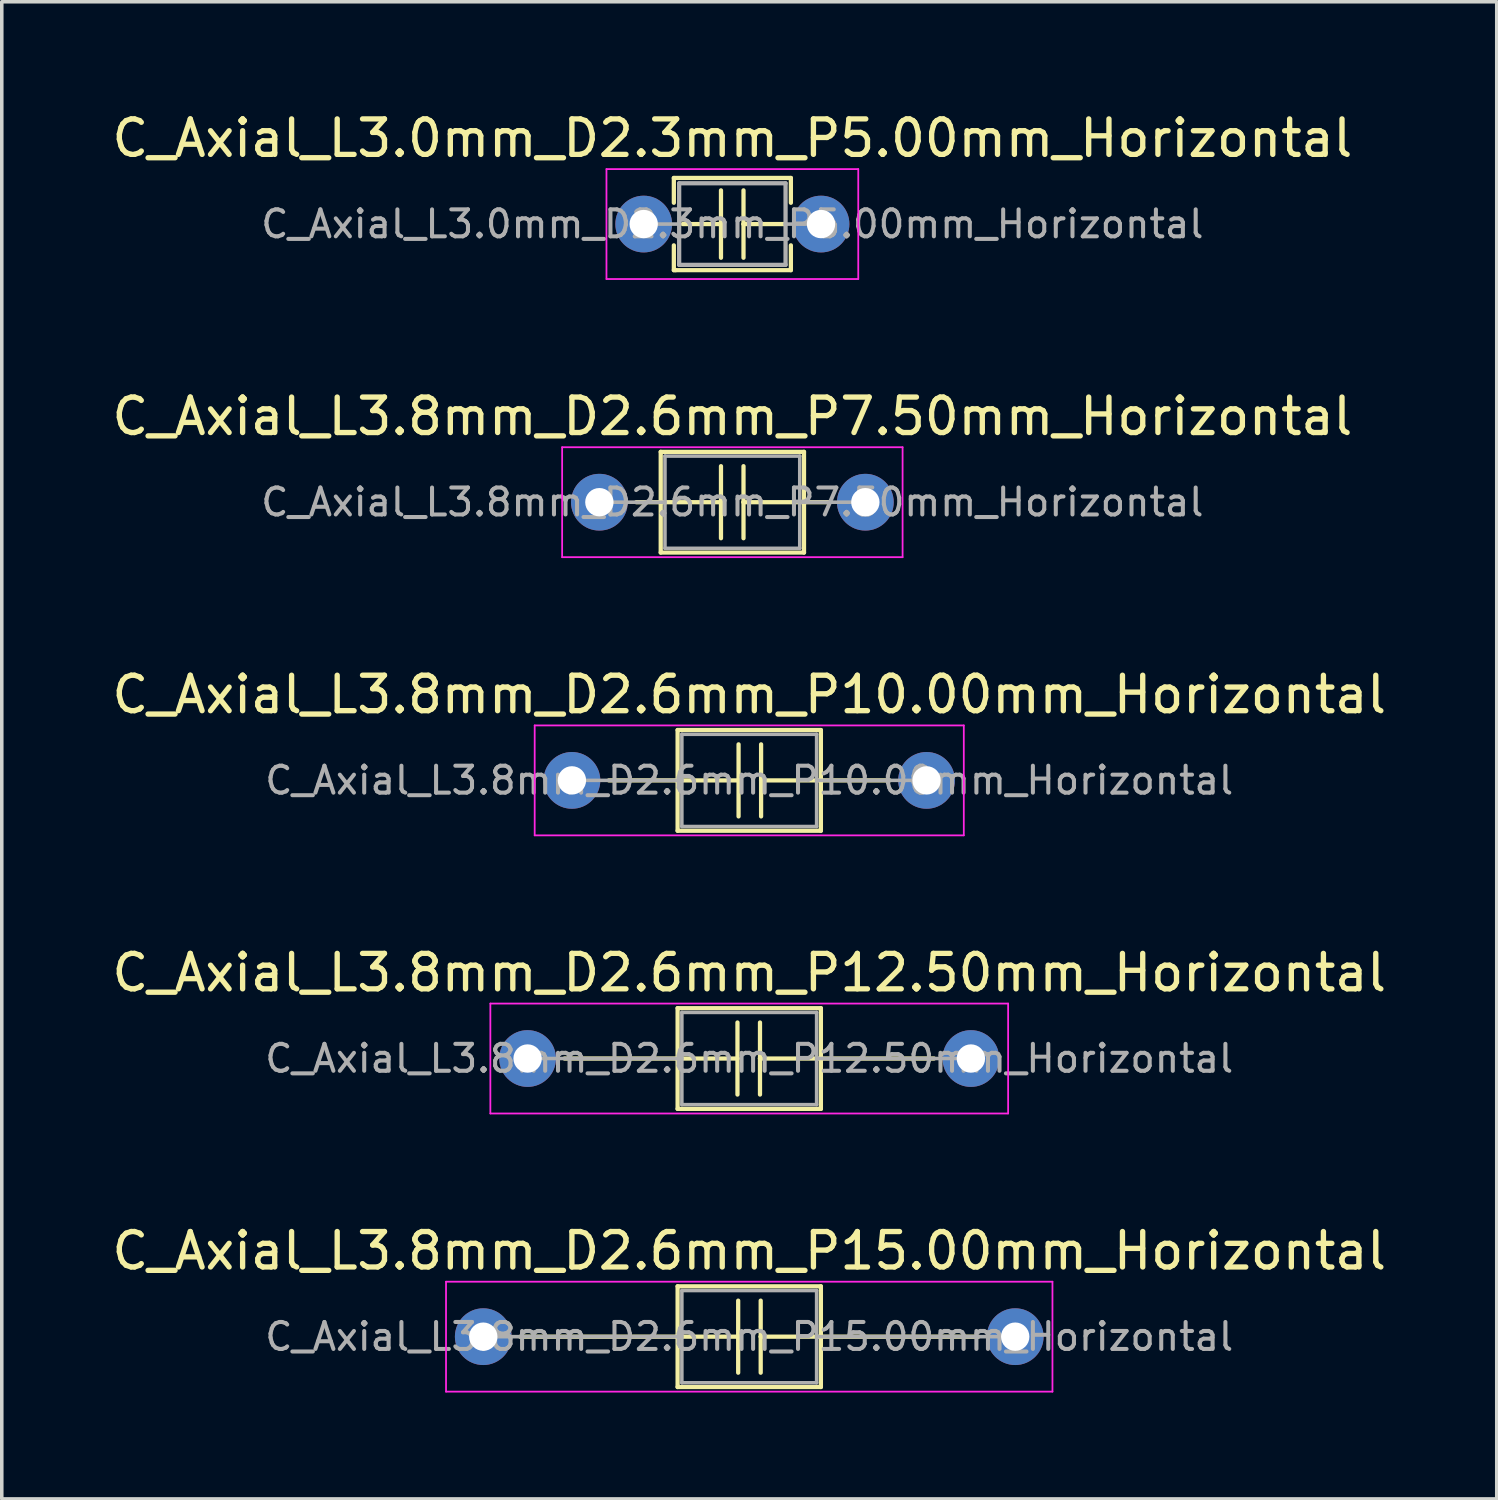
<source format=kicad_pcb>
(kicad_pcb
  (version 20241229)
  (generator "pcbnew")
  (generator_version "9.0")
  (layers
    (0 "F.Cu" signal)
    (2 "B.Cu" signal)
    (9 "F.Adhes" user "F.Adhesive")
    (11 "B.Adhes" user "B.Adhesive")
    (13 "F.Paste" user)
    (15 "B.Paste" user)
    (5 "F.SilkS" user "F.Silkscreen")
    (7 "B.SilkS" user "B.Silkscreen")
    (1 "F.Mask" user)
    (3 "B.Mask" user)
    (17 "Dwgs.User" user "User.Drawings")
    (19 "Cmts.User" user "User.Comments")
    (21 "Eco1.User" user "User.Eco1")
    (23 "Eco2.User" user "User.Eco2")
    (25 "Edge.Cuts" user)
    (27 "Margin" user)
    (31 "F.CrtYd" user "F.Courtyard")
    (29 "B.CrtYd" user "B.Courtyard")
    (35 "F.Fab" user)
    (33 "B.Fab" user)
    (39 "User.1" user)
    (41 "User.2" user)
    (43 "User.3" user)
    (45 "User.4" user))
  (footprint "C_Axial_L3.0mm_D2.3mm_P5.00mm_Horizontal"
    (layer "F.Cu")
    (at 15.101 3.268)
    (property "Reference" "C_Axial_L3.0mm_D2.3mm_P5.00mm_Horizontal" (at 2.5 -2.42 0) (layer "F.SilkS") (effects (font (size 1 1) (thickness 0.15))))
    (attr through_hole)
    (fp_line (start 0.85 -1.3) (end 4.15 -1.3) (stroke (width 0.12) (type solid)) (layer "F.SilkS"))
    (fp_line (start 0.85 -0.6) (end 0.85 -1.3) (stroke (width 0.12) (type solid)) (layer "F.SilkS"))
    (fp_line (start 0.85 1.3) (end 0.85 0.6) (stroke (width 0.12) (type solid)) (layer "F.SilkS"))
    (fp_line (start 0.9 1.3) (end 0.85 1.3) (stroke (width 0.12) (type solid)) (layer "F.SilkS"))
    (fp_line (start 1.1 0) (end 2.179 0) (stroke (width 0.12) (type solid)) (layer "F.SilkS"))
    (fp_line (start 2.179 0) (end 2.179 -0.95) (stroke (width 0.12) (type solid)) (layer "F.SilkS"))
    (fp_line (start 2.179 0) (end 2.179 0.95) (stroke (width 0.12) (type solid)) (layer "F.SilkS"))
    (fp_line (start 2.814 0) (end 2.814 -0.95) (stroke (width 0.12) (type solid)) (layer "F.SilkS"))
    (fp_line (start 2.814 0) (end 2.814 0.95) (stroke (width 0.12) (type solid)) (layer "F.SilkS"))
    (fp_line (start 3.95 0) (end 2.814 0) (stroke (width 0.12) (type solid)) (layer "F.SilkS"))
    (fp_line (start 4.15 -1.3) (end 4.15 -0.6) (stroke (width 0.12) (type solid)) (layer "F.SilkS"))
    (fp_line (start 4.15 0.6) (end 4.15 1.3) (stroke (width 0.12) (type solid)) (layer "F.SilkS"))
    (fp_line (start 4.15 1.3) (end 0.9 1.3) (stroke (width 0.12) (type solid)) (layer "F.SilkS"))
    (fp_line (start -1.05 -1.55) (end -1.05 1.55) (stroke (width 0.05) (type solid)) (layer "F.CrtYd"))
    (fp_line (start -1.05 1.55) (end 6.05 1.55) (stroke (width 0.05) (type solid)) (layer "F.CrtYd"))
    (fp_line (start 6.05 -1.55) (end -1.05 -1.55) (stroke (width 0.05) (type solid)) (layer "F.CrtYd"))
    (fp_line (start 6.05 1.55) (end 6.05 -1.55) (stroke (width 0.05) (type solid)) (layer "F.CrtYd"))
    (fp_line (start 0.05 0) (end 1 0) (stroke (width 0.1) (type solid)) (layer "F.Fab"))
    (fp_line (start 1 -1.15) (end 4 -1.15) (stroke (width 0.12) (type solid)) (layer "F.Fab"))
    (fp_line (start 1 0) (end 1 -1.15) (stroke (width 0.12) (type solid)) (layer "F.Fab"))
    (fp_line (start 1 1.15) (end 1 0) (stroke (width 0.12) (type solid)) (layer "F.Fab"))
    (fp_line (start 4 -1.15) (end 4 0) (stroke (width 0.12) (type solid)) (layer "F.Fab"))
    (fp_line (start 4 0) (end 4 1.15) (stroke (width 0.12) (type solid)) (layer "F.Fab"))
    (fp_line (start 4 1.15) (end 1 1.15) (stroke (width 0.12) (type solid)) (layer "F.Fab"))
    (fp_line (start 5 0) (end 4 0) (stroke (width 0.1) (type solid)) (layer "F.Fab"))
    (fp_text user "${REFERENCE}" (at 2.5 0 0) (layer "F.Fab") (effects (font (size 0.76 0.76) (thickness 0.114))))
    (pad "1" thru_hole circle (at 0 0) (size 1.6 1.6) (drill 0.8) (layers "*.Cu" "*.Mask"))
    (pad "2" thru_hole oval (at 5 0) (size 1.6 1.6) (drill 0.8) (layers "*.Cu" "*.Mask")))
  (footprint "C_Axial_L3.8mm_D2.6mm_P15.00mm_Horizontal"
    (layer "F.Cu")
    (at 10.577 34.641)
    (property "Reference" "C_Axial_L3.8mm_D2.6mm_P15.00mm_Horizontal" (at 7.5 -2.42 0) (layer "F.SilkS") (effects (font (size 1 1) (thickness 0.15))))
    (attr through_hole)
    (fp_line (start 1.04 0) (end 5.48 0) (stroke (width 0.12) (type solid)) (layer "F.SilkS"))
    (fp_line (start 5.461 0) (end 7.188 0) (stroke (width 0.12) (type solid)) (layer "F.SilkS"))
    (fp_line (start 5.48 -1.42) (end 5.48 1.42) (stroke (width 0.12) (type solid)) (layer "F.SilkS"))
    (fp_line (start 5.48 1.42) (end 9.52 1.42) (stroke (width 0.12) (type solid)) (layer "F.SilkS"))
    (fp_line (start 7.188 0) (end 7.188 -1.016) (stroke (width 0.12) (type solid)) (layer "F.SilkS"))
    (fp_line (start 7.188 0) (end 7.188 1.016) (stroke (width 0.12) (type solid)) (layer "F.SilkS"))
    (fp_line (start 7.823 0) (end 7.823 -1.016) (stroke (width 0.12) (type solid)) (layer "F.SilkS"))
    (fp_line (start 7.823 0) (end 7.823 1.016) (stroke (width 0.12) (type solid)) (layer "F.SilkS"))
    (fp_line (start 9.52 -1.42) (end 5.48 -1.42) (stroke (width 0.12) (type solid)) (layer "F.SilkS"))
    (fp_line (start 9.52 1.42) (end 9.52 -1.42) (stroke (width 0.12) (type solid)) (layer "F.SilkS"))
    (fp_line (start 9.525 0) (end 7.823 0) (stroke (width 0.12) (type solid)) (layer "F.SilkS"))
    (fp_line (start 13.96 0) (end 9.52 0) (stroke (width 0.12) (type solid)) (layer "F.SilkS"))
    (fp_line (start -1.05 -1.55) (end -1.05 1.55) (stroke (width 0.05) (type solid)) (layer "F.CrtYd"))
    (fp_line (start -1.05 1.55) (end 16.05 1.55) (stroke (width 0.05) (type solid)) (layer "F.CrtYd"))
    (fp_line (start 16.05 -1.55) (end -1.05 -1.55) (stroke (width 0.05) (type solid)) (layer "F.CrtYd"))
    (fp_line (start 16.05 1.55) (end 16.05 -1.55) (stroke (width 0.05) (type solid)) (layer "F.CrtYd"))
    (fp_line (start 0 0) (end 5.6 0) (stroke (width 0.1) (type solid)) (layer "F.Fab"))
    (fp_line (start 5.6 -1.3) (end 5.6 1.3) (stroke (width 0.1) (type solid)) (layer "F.Fab"))
    (fp_line (start 5.6 1.3) (end 9.4 1.3) (stroke (width 0.1) (type solid)) (layer "F.Fab"))
    (fp_line (start 9.4 -1.3) (end 5.6 -1.3) (stroke (width 0.1) (type solid)) (layer "F.Fab"))
    (fp_line (start 9.4 1.3) (end 9.4 -1.3) (stroke (width 0.1) (type solid)) (layer "F.Fab"))
    (fp_line (start 15 0) (end 9.4 0) (stroke (width 0.1) (type solid)) (layer "F.Fab"))
    (fp_text user "${REFERENCE}" (at 7.5 0 0) (layer "F.Fab") (effects (font (size 0.76 0.76) (thickness 0.114))))
    (pad "1" thru_hole circle (at 0 0) (size 1.6 1.6) (drill 0.8) (layers "*.Cu" "*.Mask"))
    (pad "2" thru_hole oval (at 15 0) (size 1.6 1.6) (drill 0.8) (layers "*.Cu" "*.Mask")))
  (footprint "C_Axial_L3.8mm_D2.6mm_P10.00mm_Horizontal"
    (layer "F.Cu")
    (at 13.077 18.955)
    (property "Reference" "C_Axial_L3.8mm_D2.6mm_P10.00mm_Horizontal" (at 5 -2.42 0) (layer "F.SilkS") (effects (font (size 1 1) (thickness 0.15))))
    (attr through_hole)
    (fp_line (start 1.04 0) (end 2.98 0) (stroke (width 0.12) (type solid)) (layer "F.SilkS"))
    (fp_line (start 2.98 -1.42) (end 2.98 1.42) (stroke (width 0.12) (type solid)) (layer "F.SilkS"))
    (fp_line (start 2.98 0) (end 4.699 0) (stroke (width 0.12) (type solid)) (layer "F.SilkS"))
    (fp_line (start 2.98 1.42) (end 7.02 1.42) (stroke (width 0.12) (type solid)) (layer "F.SilkS"))
    (fp_line (start 4.699 0) (end 4.699 -1.016) (stroke (width 0.12) (type solid)) (layer "F.SilkS"))
    (fp_line (start 4.699 0) (end 4.699 1.016) (stroke (width 0.12) (type solid)) (layer "F.SilkS"))
    (fp_line (start 5.334 0) (end 5.334 -1.016) (stroke (width 0.12) (type solid)) (layer "F.SilkS"))
    (fp_line (start 5.334 0) (end 5.334 1.016) (stroke (width 0.12) (type solid)) (layer "F.SilkS"))
    (fp_line (start 7.02 -1.42) (end 2.98 -1.42) (stroke (width 0.12) (type solid)) (layer "F.SilkS"))
    (fp_line (start 7.02 0) (end 5.334 0) (stroke (width 0.12) (type solid)) (layer "F.SilkS"))
    (fp_line (start 7.02 1.42) (end 7.02 -1.42) (stroke (width 0.12) (type solid)) (layer "F.SilkS"))
    (fp_line (start 8.96 0) (end 7.02 0) (stroke (width 0.12) (type solid)) (layer "F.SilkS"))
    (fp_line (start -1.05 -1.55) (end -1.05 1.55) (stroke (width 0.05) (type solid)) (layer "F.CrtYd"))
    (fp_line (start -1.05 1.55) (end 11.05 1.55) (stroke (width 0.05) (type solid)) (layer "F.CrtYd"))
    (fp_line (start 11.05 -1.55) (end -1.05 -1.55) (stroke (width 0.05) (type solid)) (layer "F.CrtYd"))
    (fp_line (start 11.05 1.55) (end 11.05 -1.55) (stroke (width 0.05) (type solid)) (layer "F.CrtYd"))
    (fp_line (start 0 0) (end 3.1 0) (stroke (width 0.1) (type solid)) (layer "F.Fab"))
    (fp_line (start 3.1 -1.3) (end 3.1 1.3) (stroke (width 0.1) (type solid)) (layer "F.Fab"))
    (fp_line (start 3.1 1.3) (end 6.9 1.3) (stroke (width 0.1) (type solid)) (layer "F.Fab"))
    (fp_line (start 6.9 -1.3) (end 3.1 -1.3) (stroke (width 0.1) (type solid)) (layer "F.Fab"))
    (fp_line (start 6.9 1.3) (end 6.9 -1.3) (stroke (width 0.1) (type solid)) (layer "F.Fab"))
    (fp_line (start 10 0) (end 6.9 0) (stroke (width 0.1) (type solid)) (layer "F.Fab"))
    (fp_text user "${REFERENCE}" (at 5 0 0) (layer "F.Fab") (effects (font (size 0.76 0.76) (thickness 0.114))))
    (pad "1" thru_hole circle (at 0 0) (size 1.6 1.6) (drill 0.8) (layers "*.Cu" "*.Mask"))
    (pad "2" thru_hole oval (at 10 0) (size 1.6 1.6) (drill 0.8) (layers "*.Cu" "*.Mask")))
  (footprint "C_Axial_L3.8mm_D2.6mm_P12.50mm_Horizontal"
    (layer "F.Cu")
    (at 11.827 26.798)
    (property "Reference" "C_Axial_L3.8mm_D2.6mm_P12.50mm_Horizontal" (at 6.25 -2.42 0) (layer "F.SilkS") (effects (font (size 1 1) (thickness 0.15))))
    (attr through_hole)
    (fp_line (start 1.04 0) (end 4.23 0) (stroke (width 0.12) (type solid)) (layer "F.SilkS"))
    (fp_line (start 4.23 -1.42) (end 4.23 1.42) (stroke (width 0.12) (type solid)) (layer "F.SilkS"))
    (fp_line (start 4.23 0) (end 5.918 0) (stroke (width 0.12) (type solid)) (layer "F.SilkS"))
    (fp_line (start 4.23 1.42) (end 8.27 1.42) (stroke (width 0.12) (type solid)) (layer "F.SilkS"))
    (fp_line (start 5.918 0) (end 5.918 -1.016) (stroke (width 0.12) (type solid)) (layer "F.SilkS"))
    (fp_line (start 5.918 0) (end 5.918 1.016) (stroke (width 0.12) (type solid)) (layer "F.SilkS"))
    (fp_line (start 6.553 0) (end 6.553 -1.016) (stroke (width 0.12) (type solid)) (layer "F.SilkS"))
    (fp_line (start 6.553 0) (end 6.553 1.016) (stroke (width 0.12) (type solid)) (layer "F.SilkS"))
    (fp_line (start 8.27 -1.42) (end 4.23 -1.42) (stroke (width 0.12) (type solid)) (layer "F.SilkS"))
    (fp_line (start 8.27 0) (end 6.553 0) (stroke (width 0.12) (type solid)) (layer "F.SilkS"))
    (fp_line (start 8.27 1.42) (end 8.27 -1.42) (stroke (width 0.12) (type solid)) (layer "F.SilkS"))
    (fp_line (start 11.46 0) (end 8.27 0) (stroke (width 0.12) (type solid)) (layer "F.SilkS"))
    (fp_line (start -1.05 -1.55) (end -1.05 1.55) (stroke (width 0.05) (type solid)) (layer "F.CrtYd"))
    (fp_line (start -1.05 1.55) (end 13.55 1.55) (stroke (width 0.05) (type solid)) (layer "F.CrtYd"))
    (fp_line (start 13.55 -1.55) (end -1.05 -1.55) (stroke (width 0.05) (type solid)) (layer "F.CrtYd"))
    (fp_line (start 13.55 1.55) (end 13.55 -1.55) (stroke (width 0.05) (type solid)) (layer "F.CrtYd"))
    (fp_line (start 0 0) (end 4.35 0) (stroke (width 0.1) (type solid)) (layer "F.Fab"))
    (fp_line (start 4.35 -1.3) (end 4.35 1.3) (stroke (width 0.1) (type solid)) (layer "F.Fab"))
    (fp_line (start 4.35 1.3) (end 8.15 1.3) (stroke (width 0.1) (type solid)) (layer "F.Fab"))
    (fp_line (start 8.15 -1.3) (end 4.35 -1.3) (stroke (width 0.1) (type solid)) (layer "F.Fab"))
    (fp_line (start 8.15 1.3) (end 8.15 -1.3) (stroke (width 0.1) (type solid)) (layer "F.Fab"))
    (fp_line (start 12.5 0) (end 8.15 0) (stroke (width 0.1) (type solid)) (layer "F.Fab"))
    (fp_text user "${REFERENCE}" (at 6.25 0 0) (layer "F.Fab") (effects (font (size 0.76 0.76) (thickness 0.114))))
    (pad "1" thru_hole circle (at 0 0) (size 1.6 1.6) (drill 0.8) (layers "*.Cu" "*.Mask"))
    (pad "2" thru_hole oval (at 12.5 0) (size 1.6 1.6) (drill 0.8) (layers "*.Cu" "*.Mask")))
  (footprint "C_Axial_L3.8mm_D2.6mm_P7.50mm_Horizontal"
    (layer "F.Cu")
    (at 13.851 11.111)
    (property "Reference" "C_Axial_L3.8mm_D2.6mm_P7.50mm_Horizontal" (at 3.75 -2.42 0) (layer "F.SilkS") (effects (font (size 1 1) (thickness 0.15))))
    (attr through_hole)
    (fp_line (start 1.04 0) (end 1.73 0) (stroke (width 0.12) (type solid)) (layer "F.SilkS"))
    (fp_line (start 1.73 -1.42) (end 1.73 1.42) (stroke (width 0.12) (type solid)) (layer "F.SilkS"))
    (fp_line (start 1.73 0) (end 3.429 0) (stroke (width 0.12) (type solid)) (layer "F.SilkS"))
    (fp_line (start 1.73 1.42) (end 5.77 1.42) (stroke (width 0.12) (type solid)) (layer "F.SilkS"))
    (fp_line (start 3.429 0) (end 3.429 -1.016) (stroke (width 0.12) (type solid)) (layer "F.SilkS"))
    (fp_line (start 3.429 0) (end 3.429 1.016) (stroke (width 0.12) (type solid)) (layer "F.SilkS"))
    (fp_line (start 4.064 0) (end 4.064 -1.016) (stroke (width 0.12) (type solid)) (layer "F.SilkS"))
    (fp_line (start 4.064 0) (end 4.064 1.016) (stroke (width 0.12) (type solid)) (layer "F.SilkS"))
    (fp_line (start 5.77 -1.42) (end 1.73 -1.42) (stroke (width 0.12) (type solid)) (layer "F.SilkS"))
    (fp_line (start 5.77 0) (end 4.064 0) (stroke (width 0.12) (type solid)) (layer "F.SilkS"))
    (fp_line (start 5.77 1.42) (end 5.77 -1.42) (stroke (width 0.12) (type solid)) (layer "F.SilkS"))
    (fp_line (start 6.46 0) (end 5.77 0) (stroke (width 0.12) (type solid)) (layer "F.SilkS"))
    (fp_line (start -1.05 -1.55) (end -1.05 1.55) (stroke (width 0.05) (type solid)) (layer "F.CrtYd"))
    (fp_line (start -1.05 1.55) (end 8.55 1.55) (stroke (width 0.05) (type solid)) (layer "F.CrtYd"))
    (fp_line (start 8.55 -1.55) (end -1.05 -1.55) (stroke (width 0.05) (type solid)) (layer "F.CrtYd"))
    (fp_line (start 8.55 1.55) (end 8.55 -1.55) (stroke (width 0.05) (type solid)) (layer "F.CrtYd"))
    (fp_line (start 0 0) (end 1.85 0) (stroke (width 0.1) (type solid)) (layer "F.Fab"))
    (fp_line (start 1.85 -1.3) (end 1.85 1.3) (stroke (width 0.1) (type solid)) (layer "F.Fab"))
    (fp_line (start 1.85 1.3) (end 5.65 1.3) (stroke (width 0.1) (type solid)) (layer "F.Fab"))
    (fp_line (start 5.65 -1.3) (end 1.85 -1.3) (stroke (width 0.1) (type solid)) (layer "F.Fab"))
    (fp_line (start 5.65 1.3) (end 5.65 -1.3) (stroke (width 0.1) (type solid)) (layer "F.Fab"))
    (fp_line (start 7.5 0) (end 5.65 0) (stroke (width 0.1) (type solid)) (layer "F.Fab"))
    (fp_text user "${REFERENCE}" (at 3.75 0 0) (layer "F.Fab") (effects (font (size 0.76 0.76) (thickness 0.114))))
    (pad "1" thru_hole circle (at 0 0) (size 1.6 1.6) (drill 0.8) (layers "*.Cu" "*.Mask"))
    (pad "2" thru_hole oval (at 7.5 0) (size 1.6 1.6) (drill 0.8) (layers "*.Cu" "*.Mask")))
  (gr_rect
    (start -3 -3)
    (end 39.155 39.216)
    (stroke (width 0.1) (type default))
    (fill no)
    (layer "Edge.Cuts")))
</source>
